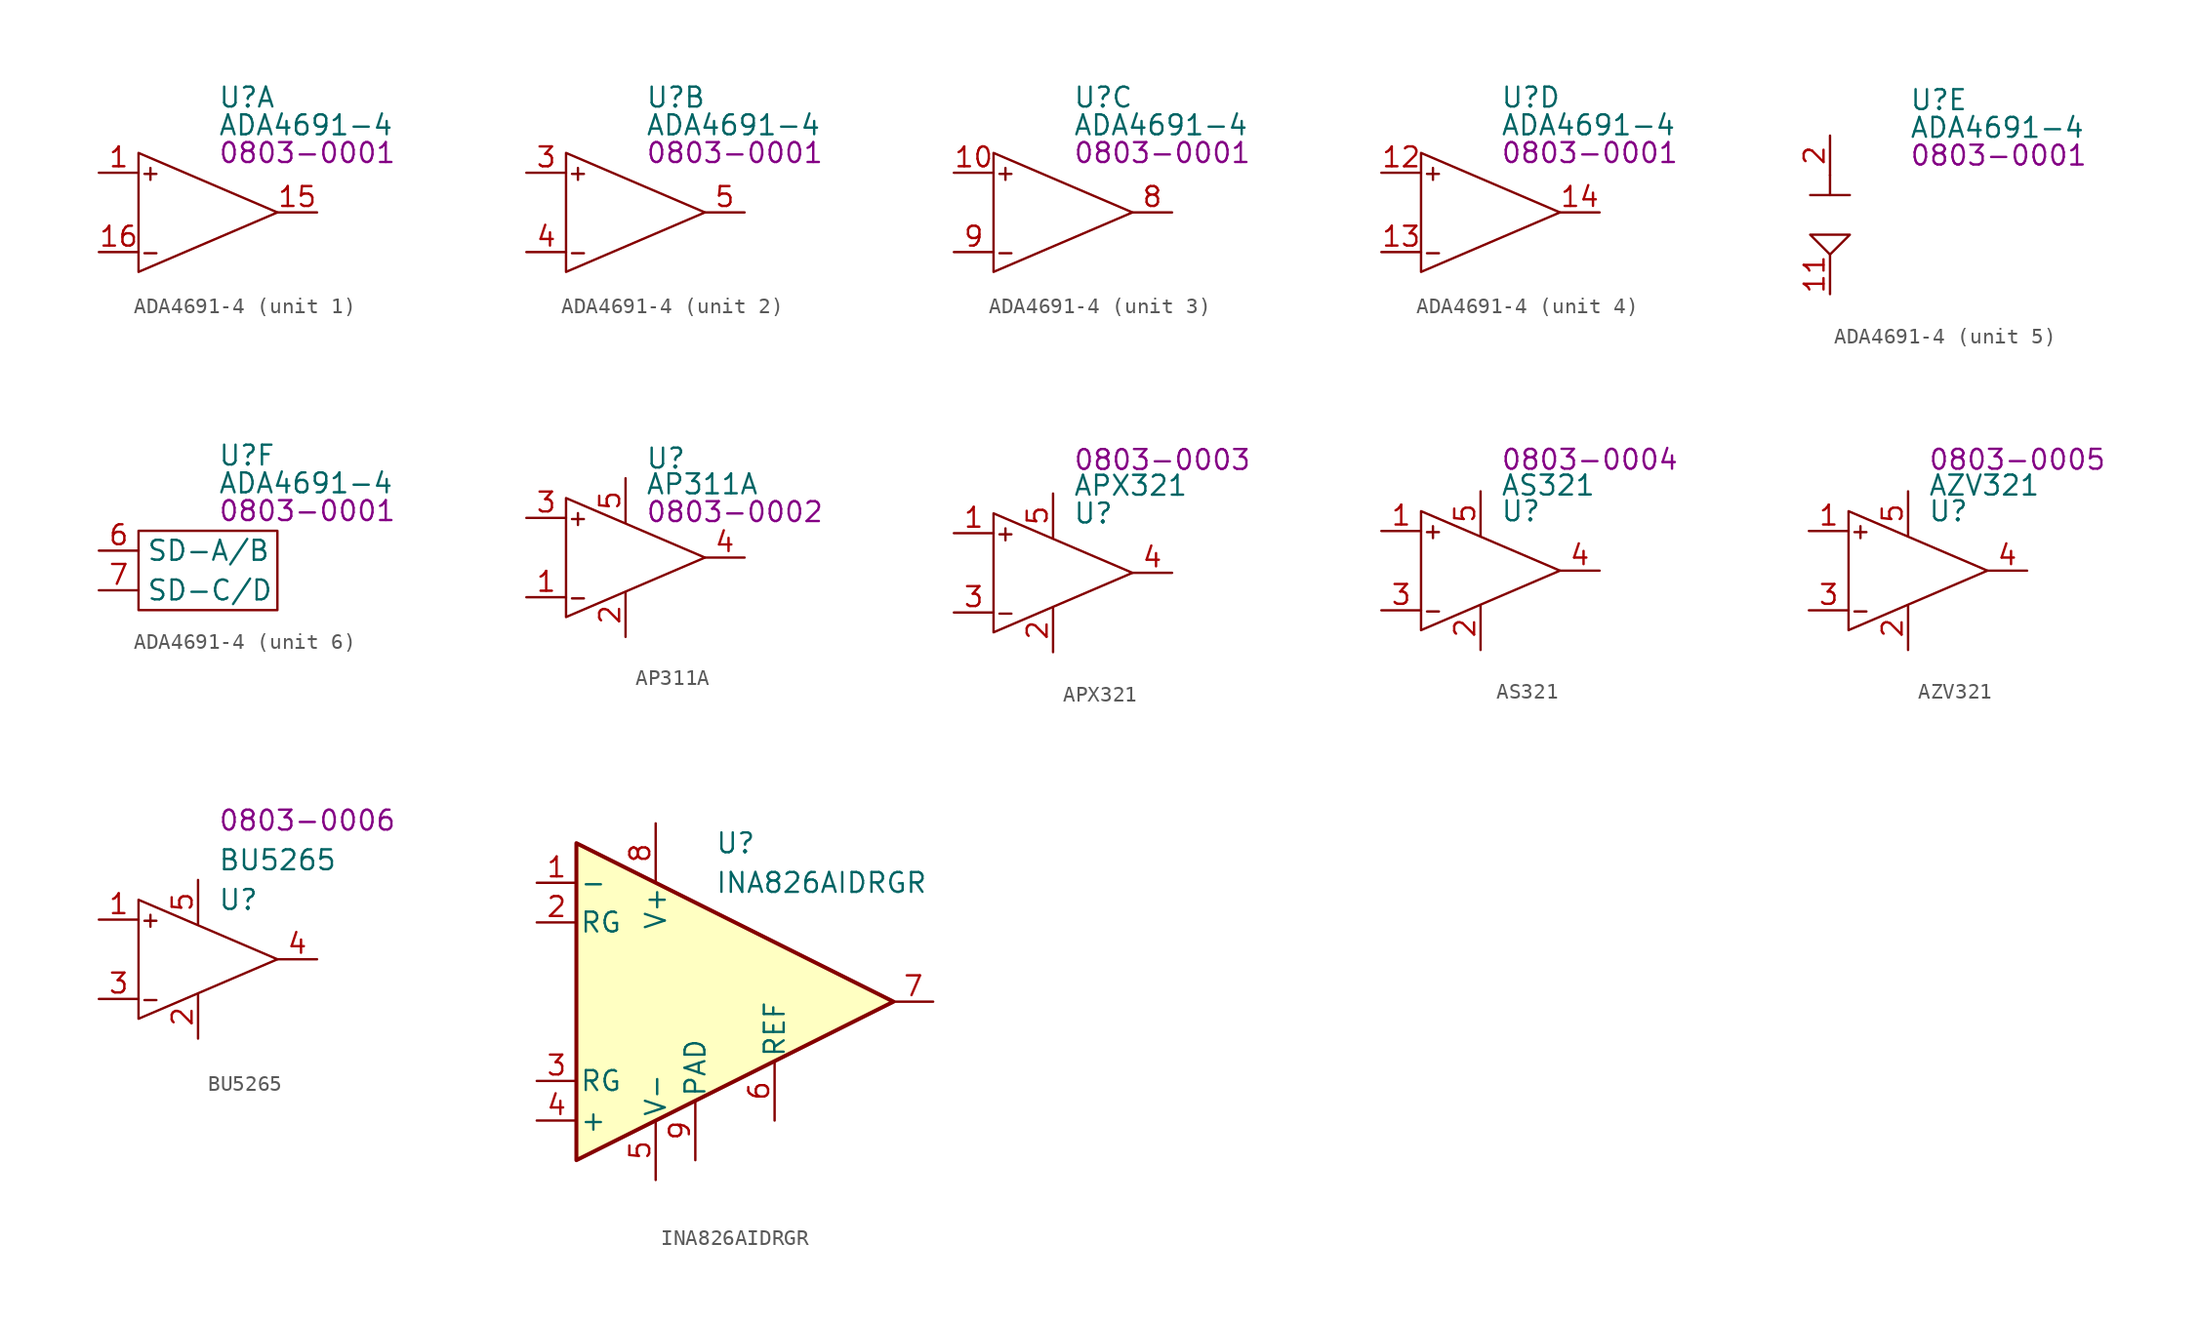
<source format=kicad_sym>
(kicad_symbol_lib
  (version 20220914)
  (generator kicad_symbol_editor)
  (symbol "ADA4691-4"
    (property "Reference" "U"
      (at 5.08 7.366 0)
      (effects (font (size 1.27 1.27)) (justify left)))
    (property "Value" "ADA4691-4"
      (at 5.08 5.588 0)
      (effects (font (size 1.27 1.27)) (justify left)))
    (property "PartNumber" "0803-0001"
      (at 5.08 3.81 0)
      (effects (font (size 1.27 1.27)) (justify left)))
    (property "ki_locked" ""
      (at 0 0 0)
      (effects (font (size 1.27 1.27))))
    (symbol "ADA4691-4_1_0"
      (pin input line (at -2.54 2.54 0) (length 2.54) (name "+INA" (effects (font (size 0 0)))) (number "1" (effects (font (size 1.27 1.27)))))
      (pin output line (at 11.43 0 180) (length 2.54) (name "OUTA" (effects (font (size 0 0)))) (number "15" (effects (font (size 1.27 1.27)))))
      (pin input line (at -2.54 -2.54 0) (length 2.54) (name "-INA" (effects (font (size 0 0)))) (number "16" (effects (font (size 1.27 1.27))))))
    (symbol "ADA4691-4_1_1"
      (polyline (pts (xy 0 3.81) (xy 8.89 0) (xy 0 -3.81) (xy 0 3.81)) (stroke (width 0) (type default)) (fill (type none)))
      (text "+" (at 0.762 2.54 0) (effects (font (size 1 1))))
      (text "-" (at 0.762 -2.54 0) (effects (font (size 1 1)))))
    (symbol "ADA4691-4_2_0"
      (pin input line (at -2.54 2.54 0) (length 2.54) (name "+INB" (effects (font (size 0 0)))) (number "3" (effects (font (size 1.27 1.27)))))
      (pin input line (at -2.54 -2.54 0) (length 2.54) (name "-INB" (effects (font (size 0 0)))) (number "4" (effects (font (size 1.27 1.27)))))
      (pin output line (at 11.43 0 180) (length 2.54) (name "OUTB" (effects (font (size 0 0)))) (number "5" (effects (font (size 1.27 1.27))))))
    (symbol "ADA4691-4_2_1"
      (polyline (pts (xy 0 3.81) (xy 8.89 0) (xy 0 -3.81) (xy 0 3.81)) (stroke (width 0) (type default)) (fill (type none)))
      (text "+" (at 0.762 2.54 0) (effects (font (size 1 1))))
      (text "-" (at 0.762 -2.54 0) (effects (font (size 1 1)))))
    (symbol "ADA4691-4_3_0"
      (pin input line (at -2.54 2.54 0) (length 2.54) (name "+INC" (effects (font (size 0 0)))) (number "10" (effects (font (size 1.27 1.27)))))
      (pin output line (at 11.43 0 180) (length 2.54) (name "OUTC" (effects (font (size 0 0)))) (number "8" (effects (font (size 1.27 1.27)))))
      (pin input line (at -2.54 -2.54 0) (length 2.54) (name "-INC" (effects (font (size 0 0)))) (number "9" (effects (font (size 1.27 1.27))))))
    (symbol "ADA4691-4_3_1"
      (polyline (pts (xy 0 3.81) (xy 8.89 0) (xy 0 -3.81) (xy 0 3.81)) (stroke (width 0) (type default)) (fill (type none)))
      (text "+" (at 0.762 2.54 0) (effects (font (size 1 1))))
      (text "-" (at 0.762 -2.54 0) (effects (font (size 1 1)))))
    (symbol "ADA4691-4_4_0"
      (pin input line (at -2.54 2.54 0) (length 2.54) (name "+IND" (effects (font (size 0 0)))) (number "12" (effects (font (size 1.27 1.27)))))
      (pin input line (at -2.54 -2.54 0) (length 2.54) (name "-IND" (effects (font (size 0 0)))) (number "13" (effects (font (size 1.27 1.27)))))
      (pin output line (at 11.43 0 180) (length 2.54) (name "OUTD" (effects (font (size 0 0)))) (number "14" (effects (font (size 1.27 1.27))))))
    (symbol "ADA4691-4_4_1"
      (polyline (pts (xy 0 3.81) (xy 8.89 0) (xy 0 -3.81) (xy 0 3.81)) (stroke (width 0) (type default)) (fill (type none)))
      (text "+" (at 0.762 2.54 0) (effects (font (size 1 1))))
      (text "-" (at 0.762 -2.54 0) (effects (font (size 1 1)))))
    (symbol "ADA4691-4_5_0"
      (pin power_in line (at 0 -5.08 90) (length 2.54) (name "V-" (effects (font (size 0 0)))) (number "11" (effects (font (size 1.27 1.27)))))
      (pin power_in line (at 0 -5.08 90) (length 2.54) hide (name "GND" (effects (font (size 0 0)))) (number "17" (effects (font (size 1.27 1.27)))))
      (pin power_in line (at 0 5.08 270) (length 2.54) (name "V+" (effects (font (size 0 0)))) (number "2" (effects (font (size 1.27 1.27))))))
    (symbol "ADA4691-4_5_1"
      (polyline (pts (xy -1.27 1.27) (xy 1.27 1.27)) (stroke (width 0) (type default)) (fill (type none)))
      (polyline (pts (xy 0 2.54) (xy 0 1.27)) (stroke (width 0) (type default)) (fill (type none)))
      (polyline (pts (xy 0 -2.54) (xy -1.27 -1.27) (xy 1.27 -1.27) (xy 0 -2.54)) (stroke (width 0) (type default)) (fill (type none))))
    (symbol "ADA4691-4_6_0"
      (pin input line (at -2.54 1.27 0) (length 2.54) (name "SD-A/B" (effects (font (size 1.27 1.27)))) (number "6" (effects (font (size 1.27 1.27)))))
      (pin input line (at -2.54 -1.27 0) (length 2.54) (name "SD-C/D" (effects (font (size 1.27 1.27)))) (number "7" (effects (font (size 1.27 1.27))))))
    (symbol "ADA4691-4_6_1"
      (polyline (pts (xy 0 2.54) (xy 0 -2.54) (xy 8.89 -2.54) (xy 8.89 2.54) (xy 0 2.54)) (stroke (width 0) (type default)) (fill (type none)))))
  (symbol "AP311A"
    (property "Reference" "U"
      (at 1.27 6.35 0)
      (effects (font (size 1.27 1.27)) (justify left)))
    (property "Value" "AP311A"
      (at 1.27 4.699 0)
      (effects (font (size 1.27 1.27)) (justify left)))
    (property "PartNumber" "0803-0002"
      (at 1.27 2.921 0)
      (effects (font (size 1.27 1.27)) (justify left)))
    (symbol "AP311A_0_0"
      (text "+" (at -3.048 2.54 0) (effects (font (size 1 1))))
      (text "-" (at -3.048 -2.54 0) (effects (font (size 1 1))))
      (pin input line (at -6.35 -2.54 0) (length 2.54) (name "~" (effects (font (size 1.27 1.27)))) (number "1" (effects (font (size 1.27 1.27)))))
      (pin power_in line (at 0 -5.08 90) (length 2.85) (name "~" (effects (font (size 1.27 1.27)))) (number "2" (effects (font (size 1.27 1.27)))))
      (pin input line (at -6.35 2.54 0) (length 2.54) (name "~" (effects (font (size 1.27 1.27)))) (number "3" (effects (font (size 1.27 1.27)))))
      (pin open_collector line (at 7.62 0 180) (length 2.54) (name "~" (effects (font (size 1.27 1.27)))) (number "4" (effects (font (size 1.27 1.27)))))
      (pin power_in line (at 0 5.08 270) (length 2.85) (name "~" (effects (font (size 1.27 1.27)))) (number "5" (effects (font (size 1.27 1.27))))))
    (symbol "AP311A_0_1"
      (polyline (pts (xy -3.81 3.81) (xy 5.08 0) (xy -3.81 -3.81) (xy -3.81 3.81)) (stroke (width 0) (type default)) (fill (type none)))))
  (symbol "APX321"
    (property "Reference" "U"
      (at 5.08 3.81 0)
      (effects (font (size 1.27 1.27)) (justify left)))
    (property "Value" "APX321"
      (at 5.08 5.588 0)
      (effects (font (size 1.27 1.27)) (justify left)))
    (property "PartNumber" "0803-0003"
      (at 5.08 7.239 0)
      (effects (font (size 1.27 1.27)) (justify left)))
    (symbol "APX321_0_0"
      (pin bidirectional line (at -2.54 2.54 0) (length 2.54) (name "IN+" (effects (font (size 0 0)))) (number "1" (effects (font (size 1.27 1.27)))))
      (pin power_in line (at 3.81 -5.08 90) (length 2.82) (name "V-" (effects (font (size 0 0)))) (number "2" (effects (font (size 1.27 1.27)))))
      (pin bidirectional line (at -2.54 -2.54 0) (length 2.54) (name "IN-" (effects (font (size 0 0)))) (number "3" (effects (font (size 1.27 1.27)))))
      (pin bidirectional line (at 11.43 0 180) (length 2.54) (name "OUT" (effects (font (size 0 0)))) (number "4" (effects (font (size 1.27 1.27)))))
      (pin power_in line (at 3.81 5.08 270) (length 2.82) (name "V+" (effects (font (size 0 0)))) (number "5" (effects (font (size 1.27 1.27))))))
    (symbol "APX321_1_1"
      (polyline (pts (xy 0 3.81) (xy 8.89 0) (xy 0 -3.81) (xy 0 3.81)) (stroke (width 0) (type default)) (fill (type none)))
      (text "+" (at 0.762 2.54 0) (effects (font (size 1 1))))
      (text "-" (at 0.762 -2.54 0) (effects (font (size 1 1))))))
  (symbol "AS321"
    (property "Reference" "U"
      (at 5.08 3.81 0)
      (effects (font (size 1.27 1.27)) (justify left)))
    (property "Value" "AS321"
      (at 5.08 5.461 0)
      (effects (font (size 1.27 1.27)) (justify left)))
    (property "PartNumber" "0803-0004"
      (at 5.08 7.112 0)
      (effects (font (size 1.27 1.27)) (justify left)))
    (symbol "AS321_0_0"
      (text "+" (at 0.762 2.54 0) (effects (font (size 1 1))))
      (text "-" (at 0.762 -2.54 0) (effects (font (size 1 1))))
      (pin bidirectional line (at -2.54 2.54 0) (length 2.54) (name "IN+" (effects (font (size 0 0)))) (number "1" (effects (font (size 1.27 1.27)))))
      (pin power_in line (at 3.81 -5.08 90) (length 2.82) (name "V-" (effects (font (size 0 0)))) (number "2" (effects (font (size 1.27 1.27)))))
      (pin bidirectional line (at -2.54 -2.54 0) (length 2.54) (name "IN-" (effects (font (size 0 0)))) (number "3" (effects (font (size 1.27 1.27)))))
      (pin bidirectional line (at 11.43 0 180) (length 2.54) (name "OUT" (effects (font (size 0 0)))) (number "4" (effects (font (size 1.27 1.27)))))
      (pin power_in line (at 3.81 5.08 270) (length 2.82) (name "V+" (effects (font (size 0 0)))) (number "5" (effects (font (size 1.27 1.27))))))
    (symbol "AS321_0_1"
      (polyline (pts (xy 0 3.81) (xy 8.89 0) (xy 0 -3.81) (xy 0 3.81)) (stroke (width 0) (type default)) (fill (type none)))))
  (symbol "AZV321"
    (property "Reference" "U"
      (at 5.08 3.81 0)
      (effects (font (size 1.27 1.27)) (justify left)))
    (property "Value" "AZV321"
      (at 5.08 5.461 0)
      (effects (font (size 1.27 1.27)) (justify left)))
    (property "PartNumber" "0803-0005"
      (at 5.08 7.112 0)
      (effects (font (size 1.27 1.27)) (justify left)))
    (symbol "AZV321_0_0"
      (text "+" (at 0.762 2.54 0) (effects (font (size 1 1))))
      (text "-" (at 0.762 -2.54 0) (effects (font (size 1 1))))
      (pin bidirectional line (at -2.54 2.54 0) (length 2.54) (name "IN+" (effects (font (size 0 0)))) (number "1" (effects (font (size 1.27 1.27)))))
      (pin power_in line (at 3.81 -5.08 90) (length 2.82) (name "V-" (effects (font (size 0 0)))) (number "2" (effects (font (size 1.27 1.27)))))
      (pin bidirectional line (at -2.54 -2.54 0) (length 2.54) (name "IN-" (effects (font (size 0 0)))) (number "3" (effects (font (size 1.27 1.27)))))
      (pin bidirectional line (at 11.43 0 180) (length 2.54) (name "OUT" (effects (font (size 0 0)))) (number "4" (effects (font (size 1.27 1.27)))))
      (pin power_in line (at 3.81 5.08 270) (length 2.82) (name "V+" (effects (font (size 0 0)))) (number "5" (effects (font (size 1.27 1.27))))))
    (symbol "AZV321_0_1"
      (polyline (pts (xy 0 3.81) (xy 8.89 0) (xy 0 -3.81) (xy 0 3.81)) (stroke (width 0) (type default)) (fill (type none)))))
  (symbol "BU5265"
    (property "Reference" "U"
      (at 5.08 3.81 0)
      (effects (font (size 1.27 1.27)) (justify left)))
    (property "Value" "BU5265"
      (at 5.08 6.35 0)
      (effects (font (size 1.27 1.27)) (justify left)))
    (property "PartNumber" "0803-0006"
      (at 5.08 8.89 0)
      (effects (font (size 1.27 1.27)) (justify left)))
    (symbol "BU5265_0_0"
      (text "+" (at 0.762 2.54 0) (effects (font (size 1 1))))
      (text "-" (at 0.762 -2.54 0) (effects (font (size 1 1))))
      (pin bidirectional line (at -2.54 2.54 0) (length 2.54) (name "IN+" (effects (font (size 0 0)))) (number "1" (effects (font (size 1.27 1.27)))))
      (pin power_in line (at 3.81 -5.08 90) (length 2.82) (name "V-" (effects (font (size 0 0)))) (number "2" (effects (font (size 1.27 1.27)))))
      (pin bidirectional line (at -2.54 -2.54 0) (length 2.54) (name "IN-" (effects (font (size 0 0)))) (number "3" (effects (font (size 1.27 1.27)))))
      (pin bidirectional line (at 11.43 0 180) (length 2.54) (name "OUT" (effects (font (size 0 0)))) (number "4" (effects (font (size 1.27 1.27)))))
      (pin power_in line (at 3.81 5.08 270) (length 2.82) (name "V+" (effects (font (size 0 0)))) (number "5" (effects (font (size 1.27 1.27))))))
    (symbol "BU5265_0_1"
      (polyline (pts (xy 0 3.81) (xy 8.89 0) (xy 0 -3.81) (xy 0 3.81)) (stroke (width 0) (type default)) (fill (type none)))))
  (symbol "INA826AIDRGR"
    (pin_names
      (offset 0.2))
    (property "Reference" "U"
      (at 0 10.16 0)
      (effects (font (size 1.27 1.27)) (justify left)))
    (property "Value" "INA826AIDRGR"
      (at 0 7.62 0)
      (effects (font (size 1.27 1.27)) (justify left)))
    (symbol "INA826AIDRGR_0_1"
      (polyline (pts (xy -8.89 10.16) (xy -8.89 -10.16) (xy 11.43 0) (xy -8.89 10.16)) (stroke (width 0.254) (type default)) (fill (type background))))
    (symbol "INA826AIDRGR_1_1"
      (pin input line (at -11.43 7.62 0) (length 2.54) (name "-" (effects (font (size 1.27 1.27)))) (number "1" (effects (font (size 1.27 1.27)))))
      (pin passive line (at -11.43 5.08 0) (length 2.54) (name "RG" (effects (font (size 1.27 1.27)))) (number "2" (effects (font (size 1.27 1.27)))))
      (pin passive line (at -11.43 -5.08 0) (length 2.54) (name "RG" (effects (font (size 1.27 1.27)))) (number "3" (effects (font (size 1.27 1.27)))))
      (pin input line (at -11.43 -7.62 0) (length 2.54) (name "+" (effects (font (size 1.27 1.27)))) (number "4" (effects (font (size 1.27 1.27)))))
      (pin power_in line (at -3.81 -11.43 90) (length 3.81) (name "V-" (effects (font (size 1.27 1.27)))) (number "5" (effects (font (size 1.27 1.27)))))
      (pin input line (at 3.81 -7.62 90) (length 3.81) (name "REF" (effects (font (size 1.27 1.27)))) (number "6" (effects (font (size 1.27 1.27)))))
      (pin output line (at 13.97 0 180) (length 2.54) (name "~" (effects (font (size 1.27 1.27)))) (number "7" (effects (font (size 1.27 1.27)))))
      (pin power_in line (at -3.81 11.43 270) (length 3.81) (name "V+" (effects (font (size 1.27 1.27)))) (number "8" (effects (font (size 1.27 1.27)))))
      (pin power_in line (at -1.27 -10.16 90) (length 3.81) (name "PAD" (effects (font (size 1.27 1.27)))) (number "9" (effects (font (size 1.27 1.27))))))))
</source>
